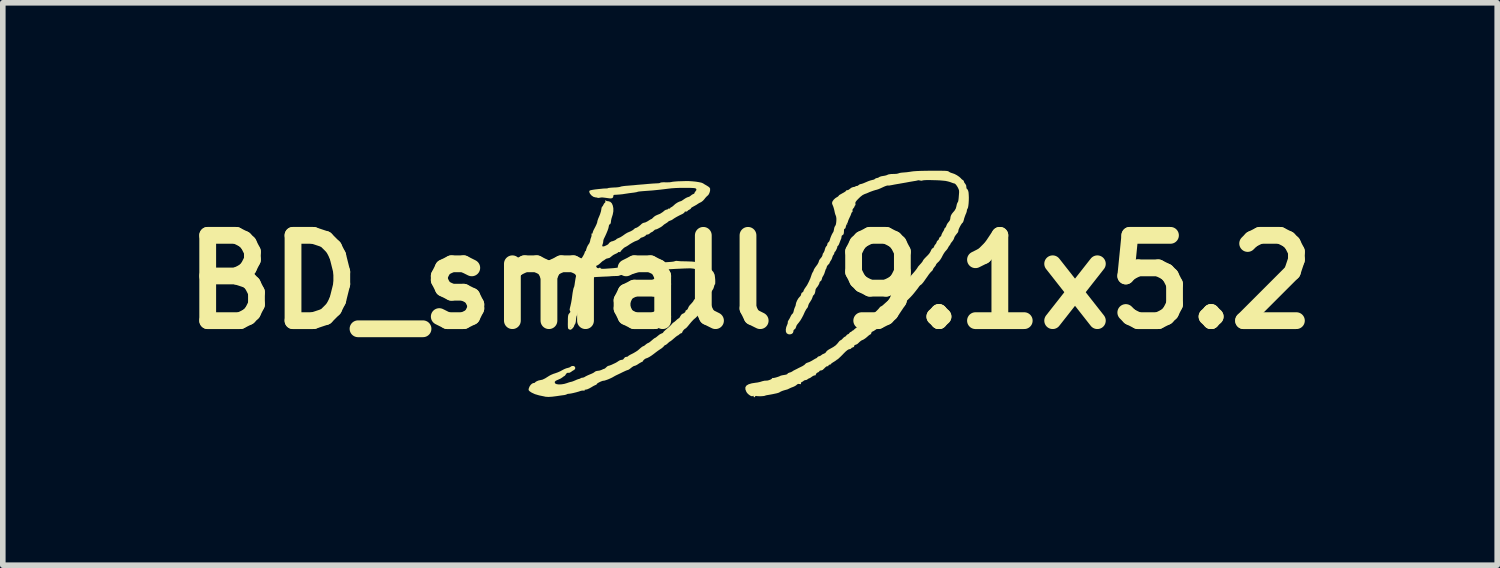
<source format=kicad_pcb>
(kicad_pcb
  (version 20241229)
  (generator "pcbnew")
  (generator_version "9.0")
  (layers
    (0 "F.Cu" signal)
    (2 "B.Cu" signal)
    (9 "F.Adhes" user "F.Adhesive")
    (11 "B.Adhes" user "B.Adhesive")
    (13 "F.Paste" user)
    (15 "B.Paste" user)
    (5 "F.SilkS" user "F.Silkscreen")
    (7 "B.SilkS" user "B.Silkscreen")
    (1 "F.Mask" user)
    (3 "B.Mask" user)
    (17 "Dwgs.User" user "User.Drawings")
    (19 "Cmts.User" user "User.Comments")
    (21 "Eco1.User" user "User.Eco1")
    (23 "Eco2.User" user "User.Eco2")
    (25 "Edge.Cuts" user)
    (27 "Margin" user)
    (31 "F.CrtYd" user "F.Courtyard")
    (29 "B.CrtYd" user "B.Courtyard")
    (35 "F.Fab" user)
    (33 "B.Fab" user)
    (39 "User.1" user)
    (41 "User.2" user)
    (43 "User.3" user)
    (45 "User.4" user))
  (footprint "BD_small 9.1x5.2"
    (layer "F.Cu")
    (at 10.349 1.989)
    (property "Reference" "BD_small 9.1x5.2" (at 0 0 0) (layer "F.SilkS") (effects (font (size 1.524 1.524) (thickness 0.3))))
    (attr board_only exclude_from_pos_files exclude_from_bom)
    (fp_poly (pts (xy 1.751 -1.035) (xy 1.746 -1.03) (xy 1.741 -1.035) (xy 1.746 -1.04)) (stroke (width 0) (type solid)) (fill yes) (layer "F.SilkS"))
    (fp_poly (pts (xy 3.395 -1.989) (xy 3.448 -1.988) (xy 3.487 -1.987) (xy 3.514 -1.985) (xy 3.532 -1.982) (xy 3.544 -1.978) (xy 3.552 -1.972) (xy 3.552 -1.972) (xy 3.575 -1.958) (xy 3.608 -1.946) (xy 3.616 -1.944) (xy 3.653 -1.931) (xy 3.695 -1.909) (xy 3.735 -1.882) (xy 3.765 -1.856) (xy 3.77 -1.849) (xy 3.79 -1.83) (xy 3.803 -1.823) (xy 3.818 -1.808) (xy 3.821 -1.797) (xy 3.829 -1.775) (xy 3.842 -1.759) (xy 3.86 -1.731) (xy 3.864 -1.704) (xy 3.866 -1.679) (xy 3.872 -1.667) (xy 3.873 -1.666) (xy 3.883 -1.658) (xy 3.895 -1.635) (xy 3.898 -1.627) (xy 3.904 -1.6) (xy 3.907 -1.559) (xy 3.909 -1.51) (xy 3.908 -1.458) (xy 3.905 -1.407) (xy 3.9 -1.363) (xy 3.894 -1.33) (xy 3.887 -1.314) (xy 3.876 -1.293) (xy 3.874 -1.279) (xy 3.87 -1.255) (xy 3.859 -1.224) (xy 3.854 -1.215) (xy 3.84 -1.179) (xy 3.825 -1.135) (xy 3.821 -1.117) (xy 3.812 -1.086) (xy 3.803 -1.066) (xy 3.799 -1.061) (xy 3.789 -1.053) (xy 3.773 -1.03) (xy 3.755 -1) (xy 3.739 -0.968) (xy 3.727 -0.941) (xy 3.723 -0.924) (xy 3.719 -0.9) (xy 3.713 -0.887) (xy 3.683 -0.85) (xy 3.664 -0.824) (xy 3.652 -0.804) (xy 3.647 -0.788) (xy 3.646 -0.784) (xy 3.635 -0.759) (xy 3.615 -0.729) (xy 3.608 -0.721) (xy 3.589 -0.697) (xy 3.578 -0.677) (xy 3.577 -0.672) (xy 3.571 -0.659) (xy 3.568 -0.658) (xy 3.558 -0.649) (xy 3.546 -0.628) (xy 3.545 -0.627) (xy 3.529 -0.597) (xy 3.506 -0.567) (xy 3.504 -0.566) (xy 3.484 -0.543) (xy 3.467 -0.519) (xy 3.449 -0.489) (xy 3.427 -0.447) (xy 3.424 -0.44) (xy 3.401 -0.403) (xy 3.374 -0.368) (xy 3.36 -0.356) (xy 3.338 -0.334) (xy 3.324 -0.316) (xy 3.323 -0.311) (xy 3.316 -0.295) (xy 3.299 -0.273) (xy 3.296 -0.27) (xy 3.278 -0.247) (xy 3.269 -0.229) (xy 3.269 -0.227) (xy 3.262 -0.211) (xy 3.245 -0.194) (xy 3.225 -0.174) (xy 3.201 -0.145) (xy 3.192 -0.133) (xy 3.171 -0.102) (xy 3.143 -0.063) (xy 3.115 -0.023) (xy 3.114 -0.021) (xy 3.09 0.011) (xy 3.069 0.035) (xy 3.056 0.047) (xy 3.054 0.048) (xy 3.041 0.056) (xy 3.023 0.076) (xy 3.02 0.08) (xy 2.996 0.114) (xy 2.963 0.156) (xy 2.928 0.2) (xy 2.896 0.238) (xy 2.887 0.247) (xy 2.873 0.263) (xy 2.854 0.282) (xy 2.829 0.307) (xy 2.793 0.341) (xy 2.746 0.386) (xy 2.721 0.41) (xy 2.703 0.424) (xy 2.692 0.427) (xy 2.691 0.427) (xy 2.687 0.431) (xy 2.685 0.444) (xy 2.679 0.463) (xy 2.664 0.467) (xy 2.647 0.473) (xy 2.643 0.482) (xy 2.635 0.498) (xy 2.616 0.514) (xy 2.597 0.531) (xy 2.59 0.547) (xy 2.582 0.561) (xy 2.576 0.563) (xy 2.558 0.57) (xy 2.542 0.584) (xy 2.523 0.6) (xy 2.509 0.605) (xy 2.496 0.611) (xy 2.494 0.615) (xy 2.487 0.63) (xy 2.468 0.65) (xy 2.446 0.668) (xy 2.427 0.679) (xy 2.423 0.679) (xy 2.412 0.684) (xy 2.412 0.687) (xy 2.406 0.702) (xy 2.387 0.725) (xy 2.358 0.755) (xy 2.323 0.787) (xy 2.284 0.82) (xy 2.247 0.849) (xy 2.214 0.871) (xy 2.19 0.884) (xy 2.181 0.886) (xy 2.172 0.895) (xy 2.167 0.91) (xy 2.16 0.929) (xy 2.151 0.934) (xy 2.138 0.941) (xy 2.114 0.959) (xy 2.09 0.981) (xy 2.059 1.006) (xy 2.029 1.026) (xy 2.011 1.034) (xy 1.986 1.046) (xy 1.957 1.069) (xy 1.945 1.081) (xy 1.919 1.105) (xy 1.894 1.118) (xy 1.886 1.12) (xy 1.867 1.126) (xy 1.863 1.141) (xy 1.854 1.16) (xy 1.838 1.166) (xy 1.817 1.174) (xy 1.808 1.184) (xy 1.794 1.196) (xy 1.774 1.199) (xy 1.758 1.204) (xy 1.736 1.218) (xy 1.706 1.243) (xy 1.666 1.283) (xy 1.654 1.296) (xy 1.619 1.331) (xy 1.589 1.359) (xy 1.569 1.378) (xy 1.56 1.383) (xy 1.56 1.383) (xy 1.556 1.382) (xy 1.552 1.386) (xy 1.539 1.398) (xy 1.514 1.415) (xy 1.494 1.427) (xy 1.466 1.445) (xy 1.448 1.459) (xy 1.444 1.466) (xy 1.435 1.474) (xy 1.422 1.475) (xy 1.405 1.483) (xy 1.401 1.492) (xy 1.395 1.504) (xy 1.384 1.503) (xy 1.365 1.507) (xy 1.338 1.53) (xy 1.329 1.54) (xy 1.298 1.569) (xy 1.276 1.578) (xy 1.271 1.578) (xy 1.249 1.582) (xy 1.239 1.593) (xy 1.224 1.609) (xy 1.214 1.613) (xy 1.199 1.62) (xy 1.183 1.635) (xy 1.174 1.651) (xy 1.175 1.659) (xy 1.172 1.665) (xy 1.158 1.666) (xy 1.134 1.673) (xy 1.106 1.689) (xy 1.102 1.693) (xy 1.078 1.71) (xy 1.059 1.719) (xy 1.057 1.72) (xy 1.039 1.727) (xy 1.03 1.735) (xy 1.009 1.748) (xy 0.992 1.751) (xy 0.97 1.756) (xy 0.96 1.763) (xy 0.946 1.775) (xy 0.928 1.784) (xy 0.91 1.796) (xy 0.909 1.811) (xy 0.911 1.822) (xy 0.899 1.824) (xy 0.884 1.821) (xy 0.857 1.819) (xy 0.839 1.831) (xy 0.837 1.833) (xy 0.819 1.848) (xy 0.789 1.865) (xy 0.77 1.873) (xy 0.735 1.886) (xy 0.705 1.9) (xy 0.695 1.905) (xy 0.67 1.917) (xy 0.638 1.926) (xy 0.637 1.926) (xy 0.605 1.935) (xy 0.57 1.947) (xy 0.54 1.961) (xy 0.522 1.972) (xy 0.52 1.974) (xy 0.508 1.978) (xy 0.481 1.986) (xy 0.444 1.994) (xy 0.401 2.003) (xy 0.359 2.011) (xy 0.323 2.017) (xy 0.303 2.02) (xy 0.278 2.026) (xy 0.268 2.03) (xy 0.251 2.035) (xy 0.22 2.038) (xy 0.182 2.04) (xy 0.146 2.039) (xy 0.119 2.037) (xy 0.109 2.034) (xy 0.096 2.036) (xy 0.092 2.043) (xy 0.08 2.058) (xy 0.068 2.056) (xy 0.064 2.042) (xy 0.061 2.031) (xy 0.049 2.037) (xy 0.031 2.04) (xy 0.004 2.029) (xy -0.024 2.009) (xy -0.051 1.983) (xy -0.066 1.96) (xy -0.083 1.916) (xy -0.083 1.879) (xy -0.064 1.849) (xy -0.026 1.826) (xy 0.031 1.809) (xy 0.096 1.799) (xy 0.134 1.794) (xy 0.167 1.787) (xy 0.18 1.784) (xy 0.224 1.77) (xy 0.261 1.762) (xy 0.285 1.761) (xy 0.285 1.761) (xy 0.308 1.76) (xy 0.337 1.753) (xy 0.366 1.742) (xy 0.386 1.73) (xy 0.393 1.722) (xy 0.398 1.712) (xy 0.402 1.713) (xy 0.417 1.714) (xy 0.445 1.709) (xy 0.478 1.7) (xy 0.509 1.69) (xy 0.531 1.681) (xy 0.535 1.678) (xy 0.552 1.671) (xy 0.583 1.664) (xy 0.608 1.66) (xy 0.646 1.653) (xy 0.666 1.644) (xy 0.669 1.639) (xy 0.678 1.628) (xy 0.7 1.619) (xy 0.703 1.618) (xy 0.732 1.609) (xy 0.754 1.597) (xy 0.776 1.582) (xy 0.796 1.572) (xy 0.822 1.559) (xy 0.839 1.551) (xy 0.86 1.539) (xy 0.881 1.529) (xy 0.936 1.502) (xy 0.972 1.479) (xy 0.988 1.462) (xy 1.005 1.448) (xy 1.031 1.438) (xy 1.032 1.438) (xy 1.06 1.428) (xy 1.096 1.41) (xy 1.123 1.394) (xy 1.153 1.376) (xy 1.177 1.363) (xy 1.188 1.359) (xy 1.199 1.35) (xy 1.203 1.343) (xy 1.218 1.33) (xy 1.231 1.327) (xy 1.254 1.319) (xy 1.271 1.307) (xy 1.296 1.289) (xy 1.319 1.28) (xy 1.346 1.266) (xy 1.358 1.249) (xy 1.374 1.229) (xy 1.407 1.205) (xy 1.435 1.19) (xy 1.49 1.159) (xy 1.532 1.129) (xy 1.565 1.094) (xy 1.58 1.075) (xy 1.598 1.053) (xy 1.614 1.041) (xy 1.617 1.04) (xy 1.631 1.033) (xy 1.651 1.014) (xy 1.656 1.008) (xy 1.676 0.988) (xy 1.692 0.977) (xy 1.695 0.977) (xy 1.71 0.968) (xy 1.72 0.955) (xy 1.735 0.938) (xy 1.746 0.934) (xy 1.763 0.926) (xy 1.773 0.913) (xy 1.788 0.896) (xy 1.799 0.892) (xy 1.813 0.886) (xy 1.815 0.881) (xy 1.823 0.871) (xy 1.828 0.87) (xy 1.844 0.863) (xy 1.862 0.846) (xy 1.884 0.827) (xy 1.916 0.804) (xy 1.937 0.791) (xy 1.97 0.77) (xy 1.998 0.748) (xy 2.009 0.736) (xy 2.03 0.716) (xy 2.049 0.706) (xy 2.064 0.697) (xy 2.065 0.691) (xy 2.069 0.68) (xy 2.086 0.661) (xy 2.109 0.637) (xy 2.136 0.615) (xy 2.156 0.6) (xy 2.192 0.574) (xy 2.232 0.542) (xy 2.268 0.508) (xy 2.296 0.479) (xy 2.303 0.47) (xy 2.321 0.448) (xy 2.335 0.436) (xy 2.338 0.435) (xy 2.352 0.429) (xy 2.371 0.415) (xy 2.413 0.377) (xy 2.443 0.351) (xy 2.464 0.334) (xy 2.48 0.324) (xy 2.492 0.318) (xy 2.509 0.307) (xy 2.511 0.298) (xy 2.515 0.287) (xy 2.532 0.268) (xy 2.547 0.255) (xy 2.578 0.226) (xy 2.605 0.192) (xy 2.613 0.18) (xy 2.628 0.157) (xy 2.641 0.144) (xy 2.644 0.144) (xy 2.656 0.14) (xy 2.676 0.125) (xy 2.699 0.103) (xy 2.719 0.079) (xy 2.727 0.065) (xy 2.742 0.048) (xy 2.754 0.042) (xy 2.767 0.033) (xy 2.775 0.016) (xy 2.785 -0.004) (xy 2.797 -0.011) (xy 2.81 -0.019) (xy 2.813 -0.031) (xy 2.822 -0.051) (xy 2.834 -0.058) (xy 2.851 -0.069) (xy 2.855 -0.079) (xy 2.862 -0.095) (xy 2.879 -0.118) (xy 2.884 -0.124) (xy 2.915 -0.159) (xy 2.946 -0.195) (xy 2.971 -0.227) (xy 2.988 -0.251) (xy 2.993 -0.259) (xy 2.998 -0.269) (xy 3.007 -0.281) (xy 3.024 -0.3) (xy 3.051 -0.33) (xy 3.06 -0.34) (xy 3.078 -0.362) (xy 3.088 -0.38) (xy 3.089 -0.383) (xy 3.096 -0.395) (xy 3.115 -0.418) (xy 3.141 -0.445) (xy 3.144 -0.448) (xy 3.181 -0.485) (xy 3.206 -0.515) (xy 3.224 -0.545) (xy 3.238 -0.576) (xy 3.251 -0.597) (xy 3.265 -0.605) (xy 3.278 -0.614) (xy 3.286 -0.631) (xy 3.299 -0.659) (xy 3.313 -0.675) (xy 3.328 -0.696) (xy 3.333 -0.712) (xy 3.341 -0.732) (xy 3.354 -0.743) (xy 3.371 -0.76) (xy 3.375 -0.775) (xy 3.384 -0.796) (xy 3.397 -0.807) (xy 3.414 -0.823) (xy 3.418 -0.836) (xy 3.424 -0.856) (xy 3.438 -0.884) (xy 3.444 -0.894) (xy 3.461 -0.921) (xy 3.47 -0.943) (xy 3.471 -0.948) (xy 3.479 -0.965) (xy 3.486 -0.969) (xy 3.498 -0.983) (xy 3.508 -1.008) (xy 3.508 -1.008) (xy 3.52 -1.037) (xy 3.542 -1.067) (xy 3.546 -1.071) (xy 3.567 -1.099) (xy 3.577 -1.126) (xy 3.577 -1.129) (xy 3.581 -1.16) (xy 3.587 -1.183) (xy 3.596 -1.202) (xy 3.607 -1.22) (xy 3.625 -1.243) (xy 3.653 -1.275) (xy 3.677 -1.316) (xy 3.687 -1.355) (xy 3.694 -1.388) (xy 3.703 -1.413) (xy 3.706 -1.419) (xy 3.714 -1.43) (xy 3.719 -1.444) (xy 3.723 -1.466) (xy 3.727 -1.499) (xy 3.731 -1.549) (xy 3.732 -1.561) (xy 3.735 -1.604) (xy 3.734 -1.634) (xy 3.727 -1.658) (xy 3.714 -1.686) (xy 3.707 -1.699) (xy 3.686 -1.731) (xy 3.667 -1.753) (xy 3.655 -1.76) (xy 3.628 -1.767) (xy 3.614 -1.772) (xy 3.574 -1.787) (xy 3.535 -1.798) (xy 3.493 -1.807) (xy 3.444 -1.812) (xy 3.383 -1.817) (xy 3.307 -1.82) (xy 3.292 -1.82) (xy 3.217 -1.822) (xy 3.157 -1.822) (xy 3.114 -1.82) (xy 3.089 -1.817) (xy 3.084 -1.815) (xy 3.063 -1.81) (xy 3.038 -1.814) (xy 3.014 -1.819) (xy 3 -1.819) (xy 3 -1.818) (xy 2.987 -1.814) (xy 2.96 -1.808) (xy 2.933 -1.804) (xy 2.887 -1.796) (xy 2.839 -1.788) (xy 2.818 -1.784) (xy 2.782 -1.777) (xy 2.735 -1.769) (xy 2.683 -1.76) (xy 2.669 -1.757) (xy 2.619 -1.749) (xy 2.57 -1.74) (xy 2.531 -1.732) (xy 2.522 -1.731) (xy 2.491 -1.725) (xy 2.468 -1.724) (xy 2.462 -1.725) (xy 2.448 -1.724) (xy 2.421 -1.715) (xy 2.396 -1.705) (xy 2.336 -1.677) (xy 2.293 -1.659) (xy 2.265 -1.65) (xy 2.261 -1.649) (xy 2.237 -1.643) (xy 2.202 -1.632) (xy 2.163 -1.618) (xy 2.129 -1.605) (xy 2.112 -1.597) (xy 2.084 -1.585) (xy 2.05 -1.573) (xy 2.045 -1.571) (xy 2.011 -1.554) (xy 1.97 -1.522) (xy 1.94 -1.493) (xy 1.909 -1.461) (xy 1.89 -1.437) (xy 1.882 -1.42) (xy 1.882 -1.403) (xy 1.883 -1.399) (xy 1.884 -1.378) (xy 1.878 -1.369) (xy 1.869 -1.361) (xy 1.868 -1.354) (xy 1.861 -1.336) (xy 1.846 -1.318) (xy 1.83 -1.293) (xy 1.831 -1.275) (xy 1.832 -1.257) (xy 1.827 -1.252) (xy 1.816 -1.243) (xy 1.808 -1.223) (xy 1.799 -1.196) (xy 1.783 -1.162) (xy 1.776 -1.147) (xy 1.762 -1.117) (xy 1.753 -1.094) (xy 1.751 -1.087) (xy 1.746 -1.069) (xy 1.733 -1.043) (xy 1.73 -1.038) (xy 1.716 -1.008) (xy 1.709 -0.982) (xy 1.709 -0.979) (xy 1.703 -0.96) (xy 1.694 -0.955) (xy 1.682 -0.946) (xy 1.679 -0.931) (xy 1.677 -0.888) (xy 1.673 -0.862) (xy 1.666 -0.848) (xy 1.655 -0.841) (xy 1.655 -0.841) (xy 1.638 -0.827) (xy 1.635 -0.811) (xy 1.631 -0.782) (xy 1.625 -0.767) (xy 1.616 -0.746) (xy 1.604 -0.715) (xy 1.598 -0.698) (xy 1.586 -0.669) (xy 1.575 -0.651) (xy 1.57 -0.647) (xy 1.561 -0.639) (xy 1.56 -0.632) (xy 1.556 -0.612) (xy 1.545 -0.586) (xy 1.532 -0.561) (xy 1.521 -0.544) (xy 1.516 -0.541) (xy 1.509 -0.532) (xy 1.507 -0.521) (xy 1.5 -0.498) (xy 1.493 -0.489) (xy 1.48 -0.471) (xy 1.471 -0.445) (xy 1.46 -0.412) (xy 1.444 -0.385) (xy 1.429 -0.362) (xy 1.422 -0.345) (xy 1.422 -0.344) (xy 1.415 -0.329) (xy 1.396 -0.31) (xy 1.396 -0.31) (xy 1.377 -0.288) (xy 1.369 -0.267) (xy 1.365 -0.247) (xy 1.36 -0.24) (xy 1.352 -0.227) (xy 1.343 -0.2) (xy 1.338 -0.184) (xy 1.326 -0.148) (xy 1.311 -0.117) (xy 1.305 -0.108) (xy 1.29 -0.081) (xy 1.284 -0.057) (xy 1.276 -0.032) (xy 1.263 -0.019) (xy 1.246 -0.004) (xy 1.242 0.006) (xy 1.236 0.029) (xy 1.22 0.059) (xy 1.201 0.088) (xy 1.189 0.101) (xy 1.173 0.126) (xy 1.168 0.15) (xy 1.164 0.178) (xy 1.155 0.207) (xy 1.143 0.227) (xy 1.134 0.234) (xy 1.127 0.243) (xy 1.117 0.266) (xy 1.115 0.275) (xy 1.101 0.309) (xy 1.079 0.345) (xy 1.072 0.356) (xy 1.053 0.385) (xy 1.042 0.412) (xy 1.04 0.42) (xy 1.033 0.447) (xy 1.021 0.464) (xy 1.004 0.486) (xy 0.987 0.517) (xy 0.982 0.525) (xy 0.952 0.592) (xy 0.925 0.643) (xy 0.9 0.685) (xy 0.872 0.723) (xy 0.844 0.757) (xy 0.829 0.781) (xy 0.821 0.807) (xy 0.81 0.832) (xy 0.795 0.844) (xy 0.778 0.859) (xy 0.775 0.881) (xy 0.766 0.909) (xy 0.743 0.927) (xy 0.713 0.935) (xy 0.681 0.931) (xy 0.654 0.914) (xy 0.654 0.914) (xy 0.641 0.886) (xy 0.639 0.847) (xy 0.647 0.804) (xy 0.662 0.767) (xy 0.672 0.741) (xy 0.675 0.723) (xy 0.674 0.721) (xy 0.675 0.707) (xy 0.686 0.684) (xy 0.688 0.682) (xy 0.706 0.652) (xy 0.724 0.617) (xy 0.725 0.613) (xy 0.74 0.586) (xy 0.754 0.569) (xy 0.758 0.567) (xy 0.769 0.553) (xy 0.778 0.527) (xy 0.78 0.517) (xy 0.789 0.482) (xy 0.8 0.453) (xy 0.802 0.449) (xy 0.814 0.422) (xy 0.817 0.403) (xy 0.824 0.37) (xy 0.841 0.329) (xy 0.864 0.29) (xy 0.889 0.261) (xy 0.894 0.257) (xy 0.909 0.236) (xy 0.913 0.218) (xy 0.921 0.194) (xy 0.934 0.186) (xy 0.951 0.172) (xy 0.955 0.16) (xy 0.962 0.141) (xy 0.978 0.114) (xy 0.988 0.1) (xy 1.019 0.055) (xy 1.049 -0.003) (xy 1.077 -0.065) (xy 1.095 -0.117) (xy 1.106 -0.149) (xy 1.118 -0.173) (xy 1.122 -0.179) (xy 1.134 -0.199) (xy 1.136 -0.209) (xy 1.142 -0.226) (xy 1.158 -0.252) (xy 1.17 -0.269) (xy 1.206 -0.318) (xy 1.226 -0.357) (xy 1.231 -0.378) (xy 1.238 -0.394) (xy 1.255 -0.418) (xy 1.263 -0.426) (xy 1.283 -0.452) (xy 1.294 -0.477) (xy 1.295 -0.483) (xy 1.301 -0.508) (xy 1.31 -0.519) (xy 1.321 -0.537) (xy 1.333 -0.566) (xy 1.337 -0.584) (xy 1.347 -0.615) (xy 1.359 -0.636) (xy 1.365 -0.641) (xy 1.376 -0.655) (xy 1.38 -0.673) (xy 1.387 -0.698) (xy 1.4 -0.71) (xy 1.416 -0.728) (xy 1.426 -0.755) (xy 1.426 -0.756) (xy 1.434 -0.783) (xy 1.447 -0.817) (xy 1.462 -0.851) (xy 1.477 -0.878) (xy 1.486 -0.892) (xy 1.492 -0.904) (xy 1.498 -0.931) (xy 1.5 -0.944) (xy 1.507 -0.976) (xy 1.517 -0.998) (xy 1.521 -1.003) (xy 1.531 -1.02) (xy 1.538 -1.052) (xy 1.542 -1.091) (xy 1.543 -1.131) (xy 1.539 -1.165) (xy 1.534 -1.182) (xy 1.522 -1.212) (xy 1.515 -1.238) (xy 1.505 -1.286) (xy 1.496 -1.32) (xy 1.488 -1.346) (xy 1.48 -1.366) (xy 1.469 -1.392) (xy 1.465 -1.412) (xy 1.465 -1.413) (xy 1.473 -1.441) (xy 1.495 -1.472) (xy 1.524 -1.499) (xy 1.543 -1.511) (xy 1.567 -1.525) (xy 1.581 -1.537) (xy 1.582 -1.539) (xy 1.59 -1.551) (xy 1.607 -1.562) (xy 1.632 -1.576) (xy 1.664 -1.594) (xy 1.676 -1.6) (xy 1.702 -1.617) (xy 1.717 -1.631) (xy 1.72 -1.636) (xy 1.727 -1.643) (xy 1.735 -1.641) (xy 1.753 -1.644) (xy 1.777 -1.66) (xy 1.785 -1.667) (xy 1.817 -1.689) (xy 1.847 -1.698) (xy 1.849 -1.698) (xy 1.872 -1.702) (xy 1.884 -1.71) (xy 1.899 -1.717) (xy 1.905 -1.716) (xy 1.922 -1.719) (xy 1.938 -1.731) (xy 1.961 -1.747) (xy 1.979 -1.751) (xy 2 -1.756) (xy 2.033 -1.768) (xy 2.07 -1.784) (xy 2.071 -1.784) (xy 2.112 -1.802) (xy 2.153 -1.816) (xy 2.181 -1.823) (xy 2.21 -1.83) (xy 2.23 -1.84) (xy 2.232 -1.843) (xy 2.249 -1.855) (xy 2.265 -1.858) (xy 2.29 -1.864) (xy 2.303 -1.873) (xy 2.32 -1.882) (xy 2.35 -1.891) (xy 2.376 -1.895) (xy 2.411 -1.901) (xy 2.44 -1.909) (xy 2.451 -1.914) (xy 2.476 -1.924) (xy 2.519 -1.93) (xy 2.579 -1.932) (xy 2.587 -1.932) (xy 2.621 -1.934) (xy 2.65 -1.941) (xy 2.655 -1.943) (xy 2.677 -1.95) (xy 2.712 -1.955) (xy 2.748 -1.958) (xy 2.798 -1.962) (xy 2.851 -1.969) (xy 2.882 -1.974) (xy 2.918 -1.979) (xy 2.974 -1.983) (xy 3.05 -1.986) (xy 3.145 -1.988) (xy 3.239 -1.989) (xy 3.326 -1.989)) (stroke (width 0) (type solid)) (fill yes) (layer "F.SilkS"))
    (fp_poly (pts (xy -1.095 -1.804) (xy -1.031 -1.8) (xy -0.969 -1.794) (xy -0.914 -1.785) (xy -0.87 -1.776) (xy -0.843 -1.765) (xy -0.84 -1.764) (xy -0.816 -1.748) (xy -0.783 -1.729) (xy -0.766 -1.719) (xy -0.73 -1.695) (xy -0.714 -1.672) (xy -0.713 -1.666) (xy -0.714 -1.629) (xy -0.726 -1.59) (xy -0.744 -1.557) (xy -0.758 -1.544) (xy -0.779 -1.525) (xy -0.804 -1.497) (xy -0.813 -1.484) (xy -0.841 -1.453) (xy -0.871 -1.43) (xy -0.881 -1.425) (xy -0.91 -1.411) (xy -0.932 -1.397) (xy -0.934 -1.396) (xy -0.952 -1.383) (xy -0.982 -1.366) (xy -1.006 -1.353) (xy -1.035 -1.337) (xy -1.053 -1.324) (xy -1.056 -1.317) (xy -1.061 -1.307) (xy -1.08 -1.296) (xy -1.082 -1.295) (xy -1.106 -1.282) (xy -1.118 -1.268) (xy -1.132 -1.259) (xy -1.146 -1.26) (xy -1.164 -1.259) (xy -1.168 -1.251) (xy -1.176 -1.238) (xy -1.198 -1.222) (xy -1.207 -1.217) (xy -1.261 -1.191) (xy -1.31 -1.165) (xy -1.349 -1.142) (xy -1.374 -1.125) (xy -1.377 -1.122) (xy -1.402 -1.107) (xy -1.425 -1.098) (xy -1.449 -1.089) (xy -1.462 -1.079) (xy -1.476 -1.066) (xy -1.501 -1.05) (xy -1.507 -1.046) (xy -1.533 -1.03) (xy -1.551 -1.015) (xy -1.552 -1.013) (xy -1.566 -1.001) (xy -1.59 -0.984) (xy -1.621 -0.967) (xy -1.651 -0.951) (xy -1.676 -0.941) (xy -1.688 -0.939) (xy -1.699 -0.936) (xy -1.717 -0.92) (xy -1.72 -0.918) (xy -1.74 -0.9) (xy -1.756 -0.892) (xy -1.757 -0.892) (xy -1.773 -0.884) (xy -1.789 -0.87) (xy -1.812 -0.854) (xy -1.833 -0.849) (xy -1.852 -0.846) (xy -1.858 -0.839) (xy -1.866 -0.829) (xy -1.887 -0.815) (xy -1.912 -0.803) (xy -1.934 -0.796) (xy -1.938 -0.796) (xy -1.954 -0.788) (xy -1.967 -0.774) (xy -1.987 -0.758) (xy -2.017 -0.742) (xy -2.03 -0.738) (xy -2.062 -0.725) (xy -2.103 -0.703) (xy -2.145 -0.678) (xy -2.149 -0.675) (xy -2.182 -0.652) (xy -2.21 -0.635) (xy -2.225 -0.627) (xy -2.227 -0.626) (xy -2.241 -0.619) (xy -2.262 -0.602) (xy -2.285 -0.579) (xy -2.305 -0.558) (xy -2.314 -0.543) (xy -2.314 -0.542) (xy -2.322 -0.534) (xy -2.335 -0.536) (xy -2.352 -0.537) (xy -2.356 -0.532) (xy -2.365 -0.523) (xy -2.388 -0.51) (xy -2.403 -0.504) (xy -2.439 -0.486) (xy -2.472 -0.462) (xy -2.479 -0.455) (xy -2.51 -0.432) (xy -2.537 -0.425) (xy -2.566 -0.418) (xy -2.59 -0.403) (xy -2.609 -0.388) (xy -2.622 -0.382) (xy -2.633 -0.375) (xy -2.653 -0.358) (xy -2.672 -0.34) (xy -2.699 -0.316) (xy -2.722 -0.301) (xy -2.732 -0.297) (xy -2.747 -0.29) (xy -2.747 -0.274) (xy -2.734 -0.255) (xy -2.732 -0.254) (xy -2.713 -0.246) (xy -2.696 -0.252) (xy -2.68 -0.259) (xy -2.671 -0.249) (xy -2.671 -0.249) (xy -2.663 -0.24) (xy -2.646 -0.237) (xy -2.615 -0.237) (xy -2.587 -0.238) (xy -2.534 -0.242) (xy -2.476 -0.246) (xy -2.436 -0.249) (xy -2.391 -0.254) (xy -2.347 -0.261) (xy -2.318 -0.269) (xy -2.261 -0.279) (xy -2.233 -0.277) (xy -2.199 -0.274) (xy -2.169 -0.276) (xy -2.165 -0.277) (xy -2.136 -0.283) (xy -2.101 -0.286) (xy -2.101 -0.286) (xy -2.073 -0.289) (xy -2.054 -0.296) (xy -2.053 -0.297) (xy -2.039 -0.302) (xy -2.008 -0.307) (xy -1.968 -0.312) (xy -1.948 -0.314) (xy -1.904 -0.318) (xy -1.868 -0.322) (xy -1.846 -0.327) (xy -1.842 -0.329) (xy -1.827 -0.332) (xy -1.797 -0.336) (xy -1.753 -0.34) (xy -1.701 -0.344) (xy -1.693 -0.344) (xy -1.599 -0.349) (xy -1.524 -0.353) (xy -1.466 -0.357) (xy -1.422 -0.36) (xy -1.39 -0.363) (xy -1.368 -0.366) (xy -1.354 -0.369) (xy -1.345 -0.373) (xy -1.32 -0.379) (xy -1.297 -0.377) (xy -1.275 -0.375) (xy -1.237 -0.372) (xy -1.189 -0.371) (xy -1.135 -0.37) (xy -1.135 -0.37) (xy -1.082 -0.368) (xy -1.034 -0.366) (xy -0.997 -0.362) (xy -0.977 -0.358) (xy -0.977 -0.358) (xy -0.945 -0.348) (xy -0.924 -0.343) (xy -0.899 -0.336) (xy -0.887 -0.33) (xy -0.869 -0.321) (xy -0.842 -0.314) (xy -0.812 -0.302) (xy -0.789 -0.285) (xy -0.765 -0.265) (xy -0.738 -0.25) (xy -0.691 -0.22) (xy -0.654 -0.179) (xy -0.633 -0.133) (xy -0.631 -0.125) (xy -0.626 -0.086) (xy -0.622 -0.044) (xy -0.621 -0.006) (xy -0.622 0.024) (xy -0.625 0.041) (xy -0.628 0.042) (xy -0.635 0.052) (xy -0.642 0.075) (xy -0.643 0.083) (xy -0.657 0.122) (xy -0.68 0.157) (xy -0.698 0.181) (xy -0.706 0.2) (xy -0.705 0.205) (xy -0.709 0.22) (xy -0.723 0.226) (xy -0.74 0.236) (xy -0.74 0.256) (xy -0.742 0.273) (xy -0.752 0.303) (xy -0.767 0.342) (xy -0.786 0.383) (xy -0.806 0.423) (xy -0.825 0.457) (xy -0.841 0.48) (xy -0.85 0.488) (xy -0.862 0.497) (xy -0.867 0.507) (xy -0.878 0.527) (xy -0.9 0.557) (xy -0.926 0.59) (xy -0.953 0.62) (xy -0.976 0.643) (xy -0.982 0.647) (xy -1.012 0.673) (xy -1.05 0.714) (xy -1.097 0.771) (xy -1.099 0.774) (xy -1.122 0.801) (xy -1.141 0.821) (xy -1.15 0.828) (xy -1.165 0.836) (xy -1.185 0.855) (xy -1.202 0.877) (xy -1.21 0.896) (xy -1.21 0.897) (xy -1.219 0.911) (xy -1.226 0.913) (xy -1.245 0.92) (xy -1.263 0.934) (xy -1.281 0.95) (xy -1.293 0.955) (xy -1.304 0.962) (xy -1.327 0.979) (xy -1.356 1.004) (xy -1.361 1.008) (xy -1.391 1.034) (xy -1.415 1.053) (xy -1.428 1.061) (xy -1.429 1.061) (xy -1.442 1.069) (xy -1.461 1.086) (xy -1.468 1.093) (xy -1.491 1.113) (xy -1.509 1.124) (xy -1.513 1.125) (xy -1.529 1.133) (xy -1.538 1.145) (xy -1.553 1.161) (xy -1.579 1.183) (xy -1.605 1.2) (xy -1.645 1.227) (xy -1.689 1.26) (xy -1.716 1.281) (xy -1.755 1.31) (xy -1.797 1.337) (xy -1.834 1.356) (xy -1.858 1.364) (xy -1.875 1.372) (xy -1.895 1.388) (xy -1.909 1.403) (xy -1.911 1.408) (xy -1.919 1.421) (xy -1.929 1.426) (xy -1.942 1.431) (xy -1.958 1.44) (xy -1.982 1.454) (xy -2.018 1.478) (xy -2.018 1.478) (xy -2.044 1.491) (xy -2.064 1.497) (xy -2.082 1.503) (xy -2.108 1.52) (xy -2.126 1.534) (xy -2.153 1.555) (xy -2.174 1.568) (xy -2.183 1.571) (xy -2.198 1.575) (xy -2.227 1.587) (xy -2.263 1.604) (xy -2.274 1.609) (xy -2.316 1.63) (xy -2.356 1.649) (xy -2.385 1.663) (xy -2.388 1.664) (xy -2.417 1.679) (xy -2.439 1.692) (xy -2.441 1.693) (xy -2.464 1.706) (xy -2.498 1.722) (xy -2.537 1.739) (xy -2.574 1.752) (xy -2.603 1.761) (xy -2.613 1.762) (xy -2.637 1.766) (xy -2.668 1.778) (xy -2.699 1.793) (xy -2.725 1.808) (xy -2.737 1.821) (xy -2.738 1.823) (xy -2.747 1.835) (xy -2.752 1.836) (xy -2.767 1.842) (xy -2.794 1.855) (xy -2.828 1.875) (xy -2.834 1.879) (xy -2.872 1.9) (xy -2.906 1.915) (xy -2.931 1.921) (xy -2.933 1.921) (xy -2.954 1.924) (xy -2.955 1.933) (xy -2.955 1.941) (xy -2.971 1.939) (xy -3 1.939) (xy -3.024 1.944) (xy -3.062 1.957) (xy -3.108 1.97) (xy -3.157 1.982) (xy -3.2 1.991) (xy -3.231 1.995) (xy -3.234 1.995) (xy -3.259 1.998) (xy -3.273 2.004) (xy -3.274 2.005) (xy -3.287 2.011) (xy -3.314 2.018) (xy -3.33 2.02) (xy -3.369 2.025) (xy -3.417 2.032) (xy -3.45 2.037) (xy -3.535 2.048) (xy -3.602 2.052) (xy -3.649 2.049) (xy -3.657 2.048) (xy -3.682 2.042) (xy -3.721 2.034) (xy -3.765 2.025) (xy -3.772 2.023) (xy -3.844 2.002) (xy -3.903 1.974) (xy -3.908 1.971) (xy -3.937 1.951) (xy -3.952 1.936) (xy -3.956 1.921) (xy -3.954 1.906) (xy -3.941 1.87) (xy -3.92 1.838) (xy -3.894 1.814) (xy -3.869 1.804) (xy -3.868 1.804) (xy -3.849 1.801) (xy -3.842 1.796) (xy -3.833 1.785) (xy -3.811 1.772) (xy -3.783 1.76) (xy -3.755 1.753) (xy -3.743 1.751) (xy -3.709 1.744) (xy -3.661 1.721) (xy -3.6 1.683) (xy -3.598 1.681) (xy -3.56 1.66) (xy -3.514 1.64) (xy -3.485 1.631) (xy -3.437 1.614) (xy -3.387 1.592) (xy -3.36 1.577) (xy -3.322 1.557) (xy -3.284 1.541) (xy -3.26 1.535) (xy -3.23 1.527) (xy -3.208 1.515) (xy -3.206 1.513) (xy -3.182 1.499) (xy -3.153 1.499) (xy -3.133 1.509) (xy -3.121 1.533) (xy -3.128 1.557) (xy -3.15 1.574) (xy -3.179 1.591) (xy -3.198 1.606) (xy -3.227 1.621) (xy -3.245 1.621) (xy -3.267 1.622) (xy -3.283 1.637) (xy -3.289 1.646) (xy -3.303 1.667) (xy -3.313 1.677) (xy -3.313 1.677) (xy -3.326 1.683) (xy -3.346 1.699) (xy -3.351 1.702) (xy -3.38 1.722) (xy -3.417 1.739) (xy -3.428 1.744) (xy -3.469 1.762) (xy -3.488 1.781) (xy -3.487 1.802) (xy -3.479 1.812) (xy -3.454 1.824) (xy -3.415 1.829) (xy -3.368 1.827) (xy -3.318 1.819) (xy -3.271 1.805) (xy -3.237 1.793) (xy -3.21 1.785) (xy -3.199 1.783) (xy -3.181 1.779) (xy -3.151 1.768) (xy -3.125 1.757) (xy -3.091 1.742) (xy -3.064 1.733) (xy -3.052 1.73) (xy -3.034 1.724) (xy -3.03 1.72) (xy -3.016 1.712) (xy -2.996 1.709) (xy -2.968 1.703) (xy -2.952 1.694) (xy -2.934 1.683) (xy -2.903 1.668) (xy -2.864 1.651) (xy -2.861 1.65) (xy -2.823 1.634) (xy -2.792 1.618) (xy -2.775 1.605) (xy -2.774 1.604) (xy -2.756 1.593) (xy -2.728 1.586) (xy -2.721 1.586) (xy -2.684 1.58) (xy -2.65 1.568) (xy -2.648 1.567) (xy -2.623 1.555) (xy -2.606 1.55) (xy -2.605 1.55) (xy -2.591 1.543) (xy -2.571 1.525) (xy -2.569 1.523) (xy -2.549 1.505) (xy -2.533 1.497) (xy -2.532 1.497) (xy -2.512 1.492) (xy -2.479 1.48) (xy -2.441 1.462) (xy -2.402 1.444) (xy -2.371 1.426) (xy -2.353 1.413) (xy -2.323 1.396) (xy -2.296 1.39) (xy -2.269 1.385) (xy -2.252 1.364) (xy -2.252 1.364) (xy -2.233 1.342) (xy -2.214 1.337) (xy -2.191 1.333) (xy -2.181 1.327) (xy -2.168 1.315) (xy -2.144 1.301) (xy -2.141 1.299) (xy -2.085 1.271) (xy -2.039 1.244) (xy -2.006 1.222) (xy -2 1.217) (xy -1.96 1.182) (xy -1.933 1.16) (xy -1.916 1.149) (xy -1.908 1.146) (xy -1.893 1.14) (xy -1.884 1.133) (xy -1.856 1.11) (xy -1.837 1.096) (xy -1.82 1.089) (xy -1.801 1.079) (xy -1.774 1.058) (xy -1.753 1.04) (xy -1.726 1.017) (xy -1.706 1.002) (xy -1.697 0.998) (xy -1.684 0.991) (xy -1.662 0.974) (xy -1.647 0.961) (xy -1.618 0.938) (xy -1.589 0.922) (xy -1.578 0.918) (xy -1.558 0.909) (xy -1.55 0.898) (xy -1.542 0.886) (xy -1.521 0.866) (xy -1.492 0.84) (xy -1.485 0.834) (xy -1.45 0.804) (xy -1.42 0.776) (xy -1.399 0.753) (xy -1.398 0.752) (xy -1.381 0.732) (xy -1.368 0.722) (xy -1.367 0.722) (xy -1.356 0.715) (xy -1.335 0.698) (xy -1.321 0.685) (xy -1.297 0.663) (xy -1.278 0.65) (xy -1.273 0.647) (xy -1.262 0.639) (xy -1.249 0.617) (xy -1.245 0.61) (xy -1.228 0.584) (xy -1.209 0.568) (xy -1.205 0.567) (xy -1.18 0.555) (xy -1.16 0.538) (xy -1.152 0.522) (xy -1.153 0.518) (xy -1.149 0.508) (xy -1.137 0.502) (xy -1.117 0.487) (xy -1.108 0.468) (xy -1.096 0.441) (xy -1.077 0.414) (xy -1.044 0.379) (xy -1.024 0.356) (xy -1.013 0.341) (xy -1.009 0.333) (xy -1.008 0.33) (xy -1.001 0.318) (xy -0.982 0.299) (xy -0.977 0.294) (xy -0.956 0.274) (xy -0.945 0.259) (xy -0.945 0.257) (xy -0.937 0.242) (xy -0.929 0.234) (xy -0.918 0.219) (xy -0.918 0.212) (xy -0.916 0.199) (xy -0.903 0.179) (xy -0.902 0.177) (xy -0.887 0.147) (xy -0.881 0.118) (xy -0.879 0.095) (xy -0.873 0.085) (xy -0.873 0.085) (xy -0.861 0.075) (xy -0.851 0.049) (xy -0.842 0.011) (xy -0.837 -0.033) (xy -0.836 -0.078) (xy -0.837 -0.083) (xy -0.839 -0.125) (xy -0.844 -0.15) (xy -0.851 -0.163) (xy -0.86 -0.167) (xy -0.879 -0.18) (xy -0.884 -0.19) (xy -0.897 -0.204) (xy -0.926 -0.218) (xy -0.967 -0.23) (xy -1.013 -0.24) (xy -1.06 -0.245) (xy -1.067 -0.245) (xy -1.091 -0.245) (xy -1.132 -0.244) (xy -1.187 -0.242) (xy -1.251 -0.239) (xy -1.321 -0.236) (xy -1.392 -0.232) (xy -1.462 -0.228) (xy -1.525 -0.224) (xy -1.577 -0.221) (xy -1.616 -0.218) (xy -1.624 -0.217) (xy -1.656 -0.213) (xy -1.697 -0.207) (xy -1.725 -0.203) (xy -1.769 -0.198) (xy -1.822 -0.194) (xy -1.873 -0.192) (xy -1.873 -0.192) (xy -1.925 -0.189) (xy -1.974 -0.182) (xy -2.006 -0.174) (xy -2.039 -0.162) (xy -2.067 -0.154) (xy -2.075 -0.153) (xy -2.098 -0.148) (xy -2.132 -0.142) (xy -2.149 -0.139) (xy -2.193 -0.133) (xy -2.242 -0.129) (xy -2.263 -0.128) (xy -2.297 -0.126) (xy -2.321 -0.122) (xy -2.329 -0.118) (xy -2.342 -0.112) (xy -2.37 -0.109) (xy -2.402 -0.108) (xy -2.438 -0.107) (xy -2.466 -0.106) (xy -2.478 -0.105) (xy -2.489 -0.104) (xy -2.51 -0.102) (xy -2.544 -0.1) (xy -2.593 -0.098) (xy -2.66 -0.095) (xy -2.696 -0.093) (xy -2.741 -0.091) (xy -2.779 -0.088) (xy -2.803 -0.084) (xy -2.809 -0.082) (xy -2.829 -0.078) (xy -2.838 -0.08) (xy -2.855 -0.077) (xy -2.867 -0.062) (xy -2.882 -0.04) (xy -2.894 -0.029) (xy -2.905 -0.012) (xy -2.908 0.005) (xy -2.915 0.03) (xy -2.924 0.042) (xy -2.935 0.062) (xy -2.94 0.091) (xy -2.94 0.095) (xy -2.945 0.13) (xy -2.957 0.168) (xy -2.961 0.178) (xy -2.974 0.207) (xy -2.982 0.23) (xy -2.983 0.236) (xy -2.988 0.253) (xy -3.001 0.279) (xy -3.004 0.284) (xy -3.018 0.317) (xy -3.025 0.351) (xy -3.025 0.353) (xy -3.029 0.383) (xy -3.039 0.421) (xy -3.047 0.446) (xy -3.06 0.485) (xy -3.07 0.523) (xy -3.073 0.541) (xy -3.081 0.571) (xy -3.092 0.593) (xy -3.092 0.594) (xy -3.1 0.613) (xy -3.106 0.645) (xy -3.109 0.673) (xy -3.113 0.713) (xy -3.121 0.742) (xy -3.127 0.751) (xy -3.139 0.771) (xy -3.142 0.782) (xy -3.149 0.8) (xy -3.167 0.823) (xy -3.173 0.829) (xy -3.195 0.847) (xy -3.212 0.852) (xy -3.23 0.846) (xy -3.241 0.84) (xy -3.248 0.832) (xy -3.252 0.817) (xy -3.253 0.812) (xy -3.216 0.812) (xy -3.211 0.817) (xy -3.206 0.812) (xy -3.211 0.807) (xy -3.216 0.812) (xy -3.253 0.812) (xy -3.254 0.793) (xy -3.255 0.754) (xy -3.254 0.71) (xy -3.254 0.656) (xy -3.252 0.619) (xy -3.248 0.594) (xy -3.243 0.578) (xy -3.233 0.564) (xy -3.228 0.558) (xy -3.212 0.538) (xy -3.21 0.524) (xy -3.216 0.516) (xy -3.223 0.495) (xy -3.218 0.465) (xy -3.207 0.42) (xy -3.195 0.365) (xy -3.185 0.308) (xy -3.18 0.271) (xy -3.17 0.196) (xy -3.16 0.141) (xy -3.152 0.106) (xy -3.147 0.096) (xy -3.14 0.077) (xy -3.134 0.045) (xy -3.13 0.016) (xy -3.123 -0.03) (xy -3.115 -0.076) (xy -3.11 -0.098) (xy -3.103 -0.132) (xy -3.105 -0.158) (xy -3.116 -0.187) (xy -3.12 -0.195) (xy -3.133 -0.226) (xy -3.141 -0.251) (xy -3.142 -0.258) (xy -3.135 -0.277) (xy -3.116 -0.305) (xy -3.089 -0.336) (xy -3.058 -0.367) (xy -3.054 -0.37) (xy -3.04 -0.389) (xy -3.036 -0.4) (xy -3.028 -0.413) (xy -3.022 -0.414) (xy -3.011 -0.423) (xy -2.995 -0.445) (xy -2.978 -0.474) (xy -2.962 -0.504) (xy -2.953 -0.529) (xy -2.951 -0.539) (xy -2.944 -0.551) (xy -2.94 -0.552) (xy -2.931 -0.561) (xy -2.93 -0.569) (xy -2.925 -0.588) (xy -2.915 -0.617) (xy -2.902 -0.646) (xy -2.89 -0.666) (xy -2.888 -0.669) (xy -2.872 -0.691) (xy -2.86 -0.721) (xy -2.855 -0.743) (xy -2.85 -0.769) (xy -2.84 -0.795) (xy -2.831 -0.824) (xy -2.831 -0.849) (xy -2.833 -0.866) (xy -2.825 -0.866) (xy -2.815 -0.867) (xy -2.812 -0.878) (xy -2.807 -0.899) (xy -2.795 -0.928) (xy -2.792 -0.934) (xy -2.761 -0.993) (xy -2.741 -1.036) (xy -2.73 -1.066) (xy -2.728 -1.082) (xy -2.723 -1.102) (xy -2.712 -1.134) (xy -2.697 -1.168) (xy -2.679 -1.212) (xy -2.664 -1.26) (xy -2.658 -1.29) (xy -2.653 -1.322) (xy -2.646 -1.343) (xy -2.641 -1.348) (xy -2.631 -1.357) (xy -2.621 -1.378) (xy -2.62 -1.379) (xy -2.608 -1.403) (xy -2.594 -1.416) (xy -2.583 -1.429) (xy -2.585 -1.446) (xy -2.588 -1.462) (xy -2.582 -1.461) (xy -2.578 -1.457) (xy -2.558 -1.447) (xy -2.53 -1.444) (xy -2.53 -1.444) (xy -2.497 -1.434) (xy -2.47 -1.408) (xy -2.452 -1.368) (xy -2.442 -1.319) (xy -2.442 -1.263) (xy -2.453 -1.205) (xy -2.462 -1.177) (xy -2.474 -1.139) (xy -2.482 -1.104) (xy -2.484 -1.088) (xy -2.488 -1.055) (xy -2.499 -1.034) (xy -2.511 -1.029) (xy -2.518 -1.02) (xy -2.523 -0.998) (xy -2.524 -0.991) (xy -2.53 -0.963) (xy -2.544 -0.922) (xy -2.564 -0.873) (xy -2.587 -0.822) (xy -2.611 -0.773) (xy -2.612 -0.772) (xy -2.62 -0.747) (xy -2.622 -0.728) (xy -2.626 -0.698) (xy -2.634 -0.674) (xy -2.641 -0.648) (xy -2.633 -0.636) (xy -2.608 -0.638) (xy -2.577 -0.651) (xy -2.548 -0.666) (xy -2.53 -0.679) (xy -2.526 -0.685) (xy -2.518 -0.698) (xy -2.499 -0.713) (xy -2.478 -0.725) (xy -2.468 -0.727) (xy -2.449 -0.732) (xy -2.424 -0.742) (xy -2.401 -0.753) (xy -2.389 -0.763) (xy -2.388 -0.765) (xy -2.379 -0.773) (xy -2.357 -0.783) (xy -2.349 -0.786) (xy -2.318 -0.8) (xy -2.282 -0.822) (xy -2.262 -0.836) (xy -2.23 -0.859) (xy -2.2 -0.877) (xy -2.187 -0.884) (xy -2.128 -0.909) (xy -2.09 -0.931) (xy -2.072 -0.947) (xy -2.054 -0.962) (xy -2.042 -0.966) (xy -2.021 -0.973) (xy -1.99 -0.993) (xy -1.955 -1.021) (xy -1.938 -1.038) (xy -1.913 -1.055) (xy -1.89 -1.061) (xy -1.867 -1.067) (xy -1.837 -1.082) (xy -1.819 -1.093) (xy -1.791 -1.111) (xy -1.77 -1.123) (xy -1.763 -1.125) (xy -1.751 -1.132) (xy -1.733 -1.15) (xy -1.727 -1.156) (xy -1.698 -1.18) (xy -1.662 -1.198) (xy -1.654 -1.201) (xy -1.607 -1.22) (xy -1.559 -1.251) (xy -1.526 -1.279) (xy -1.502 -1.292) (xy -1.486 -1.295) (xy -1.469 -1.3) (xy -1.465 -1.307) (xy -1.457 -1.314) (xy -1.448 -1.312) (xy -1.431 -1.314) (xy -1.426 -1.322) (xy -1.414 -1.336) (xy -1.407 -1.337) (xy -1.393 -1.345) (xy -1.371 -1.362) (xy -1.363 -1.37) (xy -1.335 -1.395) (xy -1.301 -1.418) (xy -1.268 -1.435) (xy -1.243 -1.443) (xy -1.241 -1.444) (xy -1.226 -1.449) (xy -1.201 -1.465) (xy -1.178 -1.481) (xy -1.147 -1.501) (xy -1.12 -1.514) (xy -1.107 -1.518) (xy -1.085 -1.525) (xy -1.061 -1.542) (xy -1.06 -1.543) (xy -1.036 -1.562) (xy -1.014 -1.572) (xy -1.014 -1.572) (xy -0.997 -1.58) (xy -0.994 -1.587) (xy -0.989 -1.601) (xy -0.974 -1.621) (xy -0.974 -1.622) (xy -0.959 -1.643) (xy -0.959 -1.659) (xy -0.962 -1.664) (xy -0.969 -1.671) (xy -0.98 -1.676) (xy -1 -1.679) (xy -1.032 -1.681) (xy -1.077 -1.683) (xy -1.141 -1.683) (xy -1.158 -1.683) (xy -1.244 -1.683) (xy -1.328 -1.68) (xy -1.402 -1.675) (xy -1.454 -1.669) (xy -1.602 -1.651) (xy -1.751 -1.636) (xy -1.879 -1.627) (xy -1.928 -1.623) (xy -1.97 -1.619) (xy -2 -1.615) (xy -2.012 -1.611) (xy -2.029 -1.606) (xy -2.058 -1.601) (xy -2.076 -1.598) (xy -2.11 -1.594) (xy -2.158 -1.588) (xy -2.209 -1.58) (xy -2.229 -1.577) (xy -2.281 -1.569) (xy -2.332 -1.564) (xy -2.374 -1.561) (xy -2.386 -1.56) (xy -2.419 -1.559) (xy -2.436 -1.555) (xy -2.441 -1.545) (xy -2.441 -1.541) (xy -2.447 -1.513) (xy -2.464 -1.498) (xy -2.496 -1.494) (xy -2.529 -1.498) (xy -2.587 -1.506) (xy -2.629 -1.511) (xy -2.66 -1.511) (xy -2.684 -1.507) (xy -2.687 -1.506) (xy -2.71 -1.503) (xy -2.722 -1.505) (xy -2.737 -1.51) (xy -2.762 -1.513) (xy -2.763 -1.513) (xy -2.798 -1.523) (xy -2.832 -1.547) (xy -2.859 -1.579) (xy -2.87 -1.604) (xy -2.872 -1.618) (xy -2.87 -1.628) (xy -2.861 -1.636) (xy -2.842 -1.642) (xy -2.811 -1.648) (xy -2.766 -1.655) (xy -2.703 -1.662) (xy -2.67 -1.665) (xy -2.625 -1.67) (xy -2.589 -1.672) (xy -2.566 -1.673) (xy -2.56 -1.672) (xy -2.549 -1.673) (xy -2.543 -1.677) (xy -2.527 -1.681) (xy -2.496 -1.685) (xy -2.455 -1.688) (xy -2.436 -1.689) (xy -2.39 -1.691) (xy -2.351 -1.695) (xy -2.325 -1.7) (xy -2.319 -1.702) (xy -2.3 -1.708) (xy -2.265 -1.714) (xy -2.221 -1.719) (xy -2.192 -1.721) (xy -2.144 -1.725) (xy -2.081 -1.73) (xy -2.011 -1.737) (xy -1.938 -1.743) (xy -1.9 -1.746) (xy -1.835 -1.752) (xy -1.773 -1.757) (xy -1.719 -1.761) (xy -1.677 -1.763) (xy -1.658 -1.764) (xy -1.627 -1.766) (xy -1.607 -1.771) (xy -1.603 -1.775) (xy -1.593 -1.779) (xy -1.566 -1.782) (xy -1.527 -1.783) (xy -1.515 -1.782) (xy -1.471 -1.782) (xy -1.433 -1.783) (xy -1.407 -1.787) (xy -1.403 -1.788) (xy -1.381 -1.792) (xy -1.344 -1.796) (xy -1.292 -1.8) (xy -1.222 -1.802) (xy -1.157 -1.804)) (stroke (width 0) (type solid)) (fill yes) (layer "F.SilkS")))
  (gr_rect
    (start -3 -3)
    (end 23.697 7.047)
    (stroke (width 0.1) (type default))
    (fill no)
    (layer "Edge.Cuts")))
</source>
